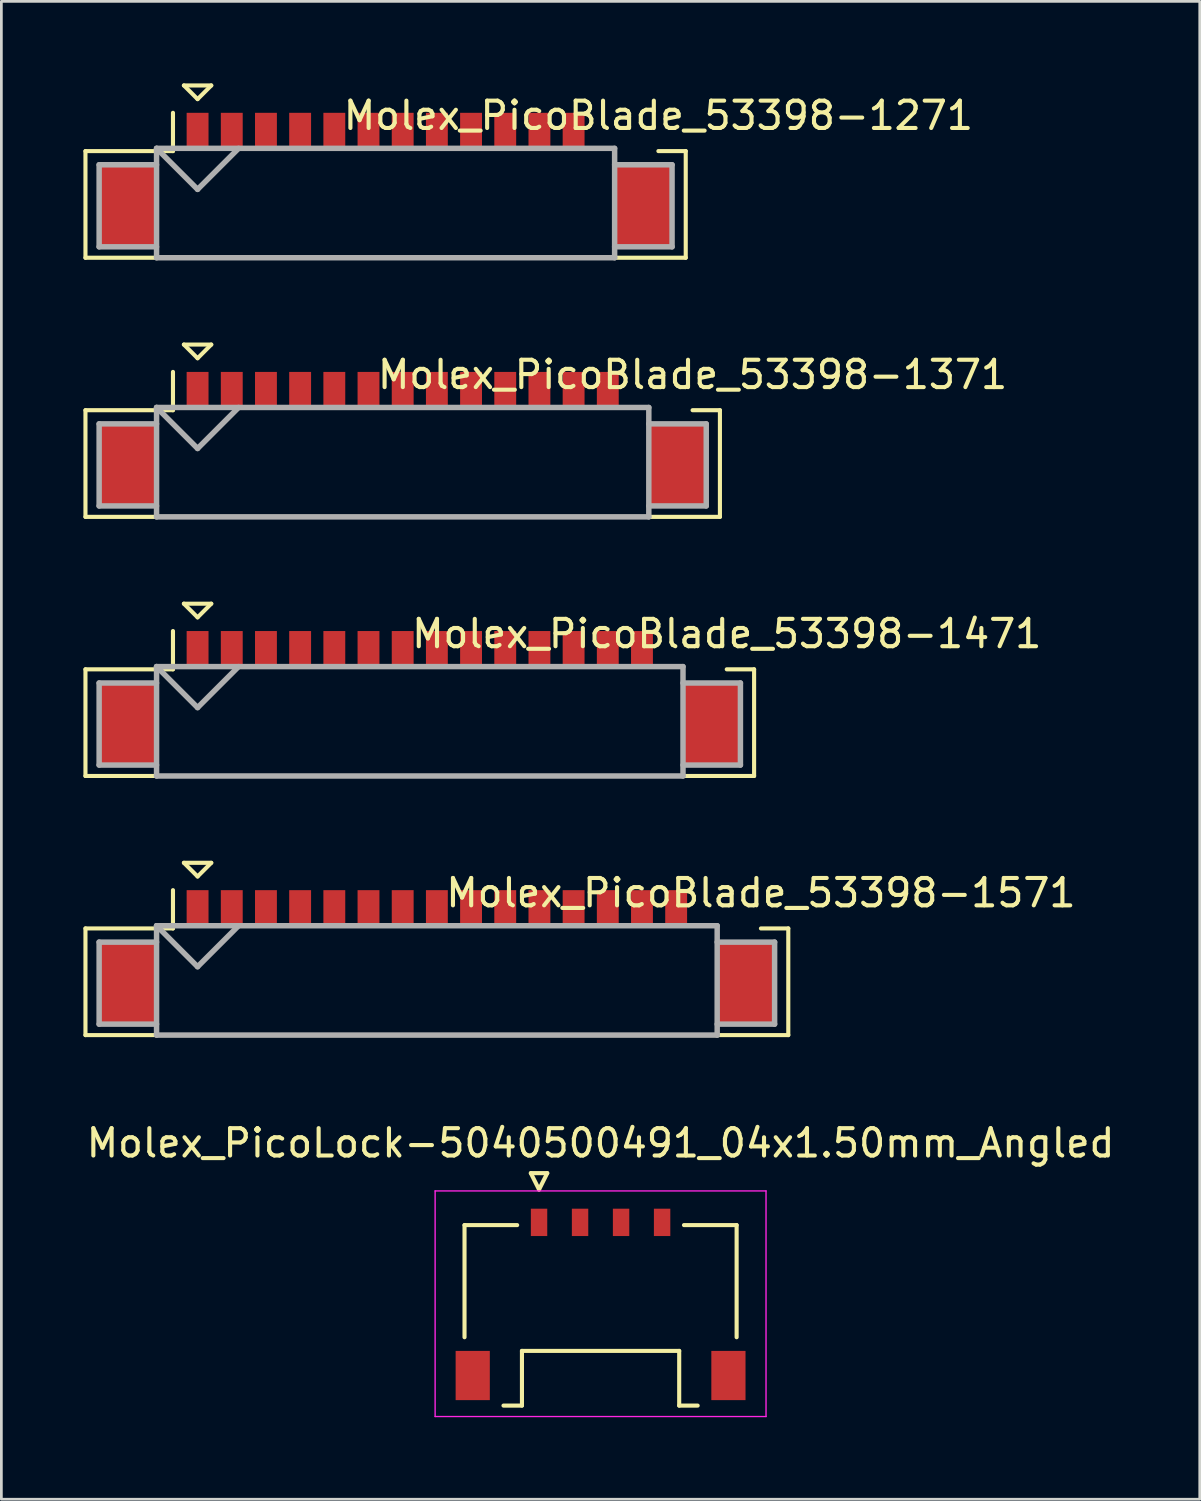
<source format=kicad_pcb>
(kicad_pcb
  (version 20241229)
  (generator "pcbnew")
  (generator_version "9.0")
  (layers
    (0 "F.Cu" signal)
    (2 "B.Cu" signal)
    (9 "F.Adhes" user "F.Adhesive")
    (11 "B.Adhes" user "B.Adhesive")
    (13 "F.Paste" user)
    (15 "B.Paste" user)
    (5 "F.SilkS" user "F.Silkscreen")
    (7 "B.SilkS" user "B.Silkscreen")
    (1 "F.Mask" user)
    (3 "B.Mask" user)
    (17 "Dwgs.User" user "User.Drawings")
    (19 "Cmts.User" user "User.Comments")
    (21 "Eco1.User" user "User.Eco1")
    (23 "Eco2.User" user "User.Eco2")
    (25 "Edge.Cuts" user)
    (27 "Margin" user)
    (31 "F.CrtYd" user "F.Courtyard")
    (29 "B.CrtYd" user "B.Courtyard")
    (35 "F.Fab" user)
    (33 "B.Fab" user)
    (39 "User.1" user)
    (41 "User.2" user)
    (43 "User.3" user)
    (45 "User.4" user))
  (footprint "Molex_PicoBlade_53398-1571"
    (layer "F.Cu")
    (at 12.925 32.9)
    (property "Reference" "Molex_PicoBlade_53398-1571" (at 11.85 -3.3 0) (layer "F.SilkS") (effects (font (size 1 1) (thickness 0.15))))
    (attr smd)
    (fp_line (start -12.85 -2) (end -12.85 1.9) (stroke (width 0.15) (type solid)) (layer "F.SilkS"))
    (fp_line (start -12.85 1.9) (end 12.85 1.9) (stroke (width 0.15) (type solid)) (layer "F.SilkS"))
    (fp_line (start -9.65 -3.4) (end -9.65 -2) (stroke (width 0.15) (type solid)) (layer "F.SilkS"))
    (fp_line (start -9.65 -2) (end -12.85 -2) (stroke (width 0.15) (type solid)) (layer "F.SilkS"))
    (fp_line (start -9.25 -4.4) (end -8.25 -4.4) (stroke (width 0.15) (type solid)) (layer "F.SilkS"))
    (fp_line (start -8.75 -3.9) (end -9.25 -4.4) (stroke (width 0.15) (type solid)) (layer "F.SilkS"))
    (fp_line (start -8.25 -4.4) (end -8.75 -3.9) (stroke (width 0.15) (type solid)) (layer "F.SilkS"))
    (fp_line (start 12.85 -2) (end 11.85 -2) (stroke (width 0.15) (type solid)) (layer "F.SilkS"))
    (fp_line (start 12.85 1.9) (end 12.85 -2) (stroke (width 0.15) (type solid)) (layer "F.SilkS"))
    (fp_line (start -12.35 -1.5) (end -12.35 1.5) (stroke (width 0.2) (type solid)) (layer "F.Fab"))
    (fp_line (start -12.35 1.5) (end -10.25 1.5) (stroke (width 0.2) (type solid)) (layer "F.Fab"))
    (fp_line (start -10.25 -2.1) (end -10.25 1.9) (stroke (width 0.2) (type solid)) (layer "F.Fab"))
    (fp_line (start -10.25 -2.1) (end -8.75 -0.6) (stroke (width 0.2) (type solid)) (layer "F.Fab"))
    (fp_line (start -10.25 -1.5) (end -12.35 -1.5) (stroke (width 0.2) (type solid)) (layer "F.Fab"))
    (fp_line (start -10.25 1.9) (end 10.25 1.9) (stroke (width 0.2) (type solid)) (layer "F.Fab"))
    (fp_line (start -8.75 -0.6) (end -7.25 -2.1) (stroke (width 0.2) (type solid)) (layer "F.Fab"))
    (fp_line (start 10.25 -2.1) (end -10.25 -2.1) (stroke (width 0.2) (type solid)) (layer "F.Fab"))
    (fp_line (start 10.25 -1.5) (end 12.35 -1.5) (stroke (width 0.2) (type solid)) (layer "F.Fab"))
    (fp_line (start 10.25 1.9) (end 10.25 -2.1) (stroke (width 0.2) (type solid)) (layer "F.Fab"))
    (fp_line (start 12.35 -1.5) (end 12.35 1.5) (stroke (width 0.2) (type solid)) (layer "F.Fab"))
    (fp_line (start 12.35 1.5) (end 10.25 1.5) (stroke (width 0.2) (type solid)) (layer "F.Fab"))
    (pad "" smd rect (at -11.3 0) (size 2.1 3) (layers "F.Cu" "F.Mask" "F.Paste"))
    (pad "" smd rect (at 11.3 0) (size 2.1 3) (layers "F.Cu" "F.Mask" "F.Paste"))
    (pad "1" smd rect (at -8.75 -2.75) (size 0.8 1.3) (layers "F.Cu" "F.Mask" "F.Paste"))
    (pad "2" smd rect (at -7.5 -2.75) (size 0.8 1.3) (layers "F.Cu" "F.Mask" "F.Paste"))
    (pad "3" smd rect (at -6.25 -2.75) (size 0.8 1.3) (layers "F.Cu" "F.Mask" "F.Paste"))
    (pad "4" smd rect (at -5 -2.75) (size 0.8 1.3) (layers "F.Cu" "F.Mask" "F.Paste"))
    (pad "5" smd rect (at -3.75 -2.75) (size 0.8 1.3) (layers "F.Cu" "F.Mask" "F.Paste"))
    (pad "6" smd rect (at -2.5 -2.75) (size 0.8 1.3) (layers "F.Cu" "F.Mask" "F.Paste"))
    (pad "7" smd rect (at -1.25 -2.75) (size 0.8 1.3) (layers "F.Cu" "F.Mask" "F.Paste"))
    (pad "8" smd rect (at 0 -2.75) (size 0.8 1.3) (layers "F.Cu" "F.Mask" "F.Paste"))
    (pad "9" smd rect (at 1.25 -2.75) (size 0.8 1.3) (layers "F.Cu" "F.Mask" "F.Paste"))
    (pad "10" smd rect (at 2.5 -2.75) (size 0.8 1.3) (layers "F.Cu" "F.Mask" "F.Paste"))
    (pad "11" smd rect (at 3.75 -2.75) (size 0.8 1.3) (layers "F.Cu" "F.Mask" "F.Paste"))
    (pad "12" smd rect (at 5 -2.75) (size 0.8 1.3) (layers "F.Cu" "F.Mask" "F.Paste"))
    (pad "13" smd rect (at 6.25 -2.75) (size 0.8 1.3) (layers "F.Cu" "F.Mask" "F.Paste"))
    (pad "14" smd rect (at 7.5 -2.75) (size 0.8 1.3) (layers "F.Cu" "F.Mask" "F.Paste"))
    (pad "15" smd rect (at 8.75 -2.75) (size 0.8 1.3) (layers "F.Cu" "F.Mask" "F.Paste")))
  (footprint "Molex_PicoBlade_53398-1371"
    (layer "F.Cu")
    (at 11.675 13.95)
    (property "Reference" "Molex_PicoBlade_53398-1371" (at 10.6 -3.3 0) (layer "F.SilkS") (effects (font (size 1 1) (thickness 0.15))))
    (attr smd)
    (fp_line (start -11.6 -2) (end -11.6 1.9) (stroke (width 0.15) (type solid)) (layer "F.SilkS"))
    (fp_line (start -11.6 1.9) (end 11.6 1.9) (stroke (width 0.15) (type solid)) (layer "F.SilkS"))
    (fp_line (start -8.4 -3.4) (end -8.4 -2) (stroke (width 0.15) (type solid)) (layer "F.SilkS"))
    (fp_line (start -8.4 -2) (end -11.6 -2) (stroke (width 0.15) (type solid)) (layer "F.SilkS"))
    (fp_line (start -8 -4.4) (end -7 -4.4) (stroke (width 0.15) (type solid)) (layer "F.SilkS"))
    (fp_line (start -7.5 -3.9) (end -8 -4.4) (stroke (width 0.15) (type solid)) (layer "F.SilkS"))
    (fp_line (start -7 -4.4) (end -7.5 -3.9) (stroke (width 0.15) (type solid)) (layer "F.SilkS"))
    (fp_line (start 11.6 -2) (end 10.6 -2) (stroke (width 0.15) (type solid)) (layer "F.SilkS"))
    (fp_line (start 11.6 1.9) (end 11.6 -2) (stroke (width 0.15) (type solid)) (layer "F.SilkS"))
    (fp_line (start -11.1 -1.5) (end -11.1 1.5) (stroke (width 0.2) (type solid)) (layer "F.Fab"))
    (fp_line (start -11.1 1.5) (end -9 1.5) (stroke (width 0.2) (type solid)) (layer "F.Fab"))
    (fp_line (start -9 -2.1) (end -9 1.9) (stroke (width 0.2) (type solid)) (layer "F.Fab"))
    (fp_line (start -9 -2.1) (end -7.5 -0.6) (stroke (width 0.2) (type solid)) (layer "F.Fab"))
    (fp_line (start -9 -1.5) (end -11.1 -1.5) (stroke (width 0.2) (type solid)) (layer "F.Fab"))
    (fp_line (start -9 1.9) (end 9 1.9) (stroke (width 0.2) (type solid)) (layer "F.Fab"))
    (fp_line (start -7.5 -0.6) (end -6 -2.1) (stroke (width 0.2) (type solid)) (layer "F.Fab"))
    (fp_line (start 9 -2.1) (end -9 -2.1) (stroke (width 0.2) (type solid)) (layer "F.Fab"))
    (fp_line (start 9 -1.5) (end 11.1 -1.5) (stroke (width 0.2) (type solid)) (layer "F.Fab"))
    (fp_line (start 9 1.9) (end 9 -2.1) (stroke (width 0.2) (type solid)) (layer "F.Fab"))
    (fp_line (start 11.1 -1.5) (end 11.1 1.5) (stroke (width 0.2) (type solid)) (layer "F.Fab"))
    (fp_line (start 11.1 1.5) (end 9 1.5) (stroke (width 0.2) (type solid)) (layer "F.Fab"))
    (pad "" smd rect (at -10.05 0) (size 2.1 3) (layers "F.Cu" "F.Mask" "F.Paste"))
    (pad "" smd rect (at 10.05 0) (size 2.1 3) (layers "F.Cu" "F.Mask" "F.Paste"))
    (pad "1" smd rect (at -7.5 -2.75) (size 0.8 1.3) (layers "F.Cu" "F.Mask" "F.Paste"))
    (pad "2" smd rect (at -6.25 -2.75) (size 0.8 1.3) (layers "F.Cu" "F.Mask" "F.Paste"))
    (pad "3" smd rect (at -5 -2.75) (size 0.8 1.3) (layers "F.Cu" "F.Mask" "F.Paste"))
    (pad "4" smd rect (at -3.75 -2.75) (size 0.8 1.3) (layers "F.Cu" "F.Mask" "F.Paste"))
    (pad "5" smd rect (at -2.5 -2.75) (size 0.8 1.3) (layers "F.Cu" "F.Mask" "F.Paste"))
    (pad "6" smd rect (at -1.25 -2.75) (size 0.8 1.3) (layers "F.Cu" "F.Mask" "F.Paste"))
    (pad "7" smd rect (at 0 -2.75) (size 0.8 1.3) (layers "F.Cu" "F.Mask" "F.Paste"))
    (pad "8" smd rect (at 1.25 -2.75) (size 0.8 1.3) (layers "F.Cu" "F.Mask" "F.Paste"))
    (pad "9" smd rect (at 2.5 -2.75) (size 0.8 1.3) (layers "F.Cu" "F.Mask" "F.Paste"))
    (pad "10" smd rect (at 3.75 -2.75) (size 0.8 1.3) (layers "F.Cu" "F.Mask" "F.Paste"))
    (pad "11" smd rect (at 5 -2.75) (size 0.8 1.3) (layers "F.Cu" "F.Mask" "F.Paste"))
    (pad "12" smd rect (at 6.25 -2.75) (size 0.8 1.3) (layers "F.Cu" "F.Mask" "F.Paste"))
    (pad "13" smd rect (at 7.5 -2.75) (size 0.8 1.3) (layers "F.Cu" "F.Mask" "F.Paste")))
  (footprint "Molex_PicoBlade_53398-1471"
    (layer "F.Cu")
    (at 12.3 23.425)
    (property "Reference" "Molex_PicoBlade_53398-1471" (at 11.225 -3.3 0) (layer "F.SilkS") (effects (font (size 1 1) (thickness 0.15))))
    (attr smd)
    (fp_line (start -12.225 -2) (end -12.225 1.9) (stroke (width 0.15) (type solid)) (layer "F.SilkS"))
    (fp_line (start -12.225 1.9) (end 12.225 1.9) (stroke (width 0.15) (type solid)) (layer "F.SilkS"))
    (fp_line (start -9.025 -3.4) (end -9.025 -2) (stroke (width 0.15) (type solid)) (layer "F.SilkS"))
    (fp_line (start -9.025 -2) (end -12.225 -2) (stroke (width 0.15) (type solid)) (layer "F.SilkS"))
    (fp_line (start -8.625 -4.4) (end -7.625 -4.4) (stroke (width 0.15) (type solid)) (layer "F.SilkS"))
    (fp_line (start -8.125 -3.9) (end -8.625 -4.4) (stroke (width 0.15) (type solid)) (layer "F.SilkS"))
    (fp_line (start -7.625 -4.4) (end -8.125 -3.9) (stroke (width 0.15) (type solid)) (layer "F.SilkS"))
    (fp_line (start 12.225 -2) (end 11.225 -2) (stroke (width 0.15) (type solid)) (layer "F.SilkS"))
    (fp_line (start 12.225 1.9) (end 12.225 -2) (stroke (width 0.15) (type solid)) (layer "F.SilkS"))
    (fp_line (start -11.725 -1.5) (end -11.725 1.5) (stroke (width 0.2) (type solid)) (layer "F.Fab"))
    (fp_line (start -11.725 1.5) (end -9.625 1.5) (stroke (width 0.2) (type solid)) (layer "F.Fab"))
    (fp_line (start -9.625 -2.1) (end -9.625 1.9) (stroke (width 0.2) (type solid)) (layer "F.Fab"))
    (fp_line (start -9.625 -2.1) (end -8.125 -0.6) (stroke (width 0.2) (type solid)) (layer "F.Fab"))
    (fp_line (start -9.625 -1.5) (end -11.725 -1.5) (stroke (width 0.2) (type solid)) (layer "F.Fab"))
    (fp_line (start -9.625 1.9) (end 9.625 1.9) (stroke (width 0.2) (type solid)) (layer "F.Fab"))
    (fp_line (start -8.125 -0.6) (end -6.625 -2.1) (stroke (width 0.2) (type solid)) (layer "F.Fab"))
    (fp_line (start 9.625 -2.1) (end -9.625 -2.1) (stroke (width 0.2) (type solid)) (layer "F.Fab"))
    (fp_line (start 9.625 -1.5) (end 11.725 -1.5) (stroke (width 0.2) (type solid)) (layer "F.Fab"))
    (fp_line (start 9.625 1.9) (end 9.625 -2.1) (stroke (width 0.2) (type solid)) (layer "F.Fab"))
    (fp_line (start 11.725 -1.5) (end 11.725 1.5) (stroke (width 0.2) (type solid)) (layer "F.Fab"))
    (fp_line (start 11.725 1.5) (end 9.625 1.5) (stroke (width 0.2) (type solid)) (layer "F.Fab"))
    (pad "" smd rect (at -10.675 0) (size 2.1 3) (layers "F.Cu" "F.Mask" "F.Paste"))
    (pad "" smd rect (at 10.675 0) (size 2.1 3) (layers "F.Cu" "F.Mask" "F.Paste"))
    (pad "1" smd rect (at -8.125 -2.75) (size 0.8 1.3) (layers "F.Cu" "F.Mask" "F.Paste"))
    (pad "2" smd rect (at -6.875 -2.75) (size 0.8 1.3) (layers "F.Cu" "F.Mask" "F.Paste"))
    (pad "3" smd rect (at -5.625 -2.75) (size 0.8 1.3) (layers "F.Cu" "F.Mask" "F.Paste"))
    (pad "4" smd rect (at -4.375 -2.75) (size 0.8 1.3) (layers "F.Cu" "F.Mask" "F.Paste"))
    (pad "5" smd rect (at -3.125 -2.75) (size 0.8 1.3) (layers "F.Cu" "F.Mask" "F.Paste"))
    (pad "6" smd rect (at -1.875 -2.75) (size 0.8 1.3) (layers "F.Cu" "F.Mask" "F.Paste"))
    (pad "7" smd rect (at -0.625 -2.75) (size 0.8 1.3) (layers "F.Cu" "F.Mask" "F.Paste"))
    (pad "8" smd rect (at 0.625 -2.75) (size 0.8 1.3) (layers "F.Cu" "F.Mask" "F.Paste"))
    (pad "9" smd rect (at 1.875 -2.75) (size 0.8 1.3) (layers "F.Cu" "F.Mask" "F.Paste"))
    (pad "10" smd rect (at 3.125 -2.75) (size 0.8 1.3) (layers "F.Cu" "F.Mask" "F.Paste"))
    (pad "11" smd rect (at 4.375 -2.75) (size 0.8 1.3) (layers "F.Cu" "F.Mask" "F.Paste"))
    (pad "12" smd rect (at 5.625 -2.75) (size 0.8 1.3) (layers "F.Cu" "F.Mask" "F.Paste"))
    (pad "13" smd rect (at 6.875 -2.75) (size 0.8 1.3) (layers "F.Cu" "F.Mask" "F.Paste"))
    (pad "14" smd rect (at 8.125 -2.75) (size 0.8 1.3) (layers "F.Cu" "F.Mask" "F.Paste")))
  (footprint "Molex_PicoLock-5040500491_04x1.50mm_Angled"
    (layer "F.Cu")
    (at 18.911 44.448)
    (property "Reference" "Molex_PicoLock-5040500491_04x1.50mm_Angled" (at 0 -5.7 0) (layer "F.SilkS") (effects (font (size 1 1) (thickness 0.15))))
    (attr smd)
    (fp_line (start -4.975 -2.7) (end -4.975 1.4) (stroke (width 0.15) (type solid)) (layer "F.SilkS"))
    (fp_line (start -3.55 3.9) (end -2.875 3.9) (stroke (width 0.15) (type solid)) (layer "F.SilkS"))
    (fp_line (start -3.05 -2.7) (end -4.975 -2.7) (stroke (width 0.15) (type solid)) (layer "F.SilkS"))
    (fp_line (start -2.875 1.9) (end 2.875 1.9) (stroke (width 0.15) (type solid)) (layer "F.SilkS"))
    (fp_line (start -2.875 3.9) (end -2.875 1.9) (stroke (width 0.15) (type solid)) (layer "F.SilkS"))
    (fp_line (start -2.55 -4.6) (end -2.25 -4) (stroke (width 0.15) (type solid)) (layer "F.SilkS"))
    (fp_line (start -2.25 -4) (end -1.95 -4.6) (stroke (width 0.15) (type solid)) (layer "F.SilkS"))
    (fp_line (start -1.95 -4.6) (end -2.55 -4.6) (stroke (width 0.15) (type solid)) (layer "F.SilkS"))
    (fp_line (start 2.875 1.9) (end 2.875 3.9) (stroke (width 0.15) (type solid)) (layer "F.SilkS"))
    (fp_line (start 2.875 3.9) (end 3.55 3.9) (stroke (width 0.15) (type solid)) (layer "F.SilkS"))
    (fp_line (start 3.05 -2.7) (end 4.975 -2.7) (stroke (width 0.15) (type solid)) (layer "F.SilkS"))
    (fp_line (start 4.975 -2.7) (end 4.975 1.4) (stroke (width 0.15) (type solid)) (layer "F.SilkS"))
    (fp_line (start -6.05 -3.95) (end -6.05 4.3) (stroke (width 0.05) (type solid)) (layer "F.CrtYd"))
    (fp_line (start -6.05 4.3) (end 6.05 4.3) (stroke (width 0.05) (type solid)) (layer "F.CrtYd"))
    (fp_line (start 6.05 -3.95) (end -6.05 -3.95) (stroke (width 0.05) (type solid)) (layer "F.CrtYd"))
    (fp_line (start 6.05 4.3) (end 6.05 -3.95) (stroke (width 0.05) (type solid)) (layer "F.CrtYd"))
    (pad "" smd rect (at -4.675 2.8) (size 1.25 1.8) (layers "F.Cu" "F.Mask" "F.Paste"))
    (pad "" smd rect (at 4.675 2.8) (size 1.25 1.8) (layers "F.Cu" "F.Mask" "F.Paste"))
    (pad "1" smd rect (at -2.25 -2.8) (size 0.6 1) (layers "F.Cu" "F.Mask" "F.Paste"))
    (pad "2" smd rect (at -0.75 -2.8) (size 0.6 1) (layers "F.Cu" "F.Mask" "F.Paste"))
    (pad "3" smd rect (at 0.75 -2.8) (size 0.6 1) (layers "F.Cu" "F.Mask" "F.Paste"))
    (pad "4" smd rect (at 2.25 -2.8) (size 0.6 1) (layers "F.Cu" "F.Mask" "F.Paste")))
  (footprint "Molex_PicoBlade_53398-1271"
    (layer "F.Cu")
    (at 11.05 4.475)
    (property "Reference" "Molex_PicoBlade_53398-1271" (at 9.975 -3.3 0) (layer "F.SilkS") (effects (font (size 1 1) (thickness 0.15))))
    (attr smd)
    (fp_line (start -10.975 -2) (end -10.975 1.9) (stroke (width 0.15) (type solid)) (layer "F.SilkS"))
    (fp_line (start -10.975 1.9) (end 10.975 1.9) (stroke (width 0.15) (type solid)) (layer "F.SilkS"))
    (fp_line (start -7.775 -3.4) (end -7.775 -2) (stroke (width 0.15) (type solid)) (layer "F.SilkS"))
    (fp_line (start -7.775 -2) (end -10.975 -2) (stroke (width 0.15) (type solid)) (layer "F.SilkS"))
    (fp_line (start -7.375 -4.4) (end -6.375 -4.4) (stroke (width 0.15) (type solid)) (layer "F.SilkS"))
    (fp_line (start -6.875 -3.9) (end -7.375 -4.4) (stroke (width 0.15) (type solid)) (layer "F.SilkS"))
    (fp_line (start -6.375 -4.4) (end -6.875 -3.9) (stroke (width 0.15) (type solid)) (layer "F.SilkS"))
    (fp_line (start 10.975 -2) (end 9.975 -2) (stroke (width 0.15) (type solid)) (layer "F.SilkS"))
    (fp_line (start 10.975 1.9) (end 10.975 -2) (stroke (width 0.15) (type solid)) (layer "F.SilkS"))
    (fp_line (start -10.475 -1.5) (end -10.475 1.5) (stroke (width 0.2) (type solid)) (layer "F.Fab"))
    (fp_line (start -10.475 1.5) (end -8.375 1.5) (stroke (width 0.2) (type solid)) (layer "F.Fab"))
    (fp_line (start -8.375 -2.1) (end -8.375 1.9) (stroke (width 0.2) (type solid)) (layer "F.Fab"))
    (fp_line (start -8.375 -2.1) (end -6.875 -0.6) (stroke (width 0.2) (type solid)) (layer "F.Fab"))
    (fp_line (start -8.375 -1.5) (end -10.475 -1.5) (stroke (width 0.2) (type solid)) (layer "F.Fab"))
    (fp_line (start -8.375 1.9) (end 8.375 1.9) (stroke (width 0.2) (type solid)) (layer "F.Fab"))
    (fp_line (start -6.875 -0.6) (end -5.375 -2.1) (stroke (width 0.2) (type solid)) (layer "F.Fab"))
    (fp_line (start 8.375 -2.1) (end -8.375 -2.1) (stroke (width 0.2) (type solid)) (layer "F.Fab"))
    (fp_line (start 8.375 -1.5) (end 10.475 -1.5) (stroke (width 0.2) (type solid)) (layer "F.Fab"))
    (fp_line (start 8.375 1.9) (end 8.375 -2.1) (stroke (width 0.2) (type solid)) (layer "F.Fab"))
    (fp_line (start 10.475 -1.5) (end 10.475 1.5) (stroke (width 0.2) (type solid)) (layer "F.Fab"))
    (fp_line (start 10.475 1.5) (end 8.375 1.5) (stroke (width 0.2) (type solid)) (layer "F.Fab"))
    (pad "" smd rect (at -9.425 0) (size 2.1 3) (layers "F.Cu" "F.Mask" "F.Paste"))
    (pad "" smd rect (at 9.425 0) (size 2.1 3) (layers "F.Cu" "F.Mask" "F.Paste"))
    (pad "1" smd rect (at -6.875 -2.75) (size 0.8 1.3) (layers "F.Cu" "F.Mask" "F.Paste"))
    (pad "2" smd rect (at -5.625 -2.75) (size 0.8 1.3) (layers "F.Cu" "F.Mask" "F.Paste"))
    (pad "3" smd rect (at -4.375 -2.75) (size 0.8 1.3) (layers "F.Cu" "F.Mask" "F.Paste"))
    (pad "4" smd rect (at -3.125 -2.75) (size 0.8 1.3) (layers "F.Cu" "F.Mask" "F.Paste"))
    (pad "5" smd rect (at -1.875 -2.75) (size 0.8 1.3) (layers "F.Cu" "F.Mask" "F.Paste"))
    (pad "6" smd rect (at -0.625 -2.75) (size 0.8 1.3) (layers "F.Cu" "F.Mask" "F.Paste"))
    (pad "7" smd rect (at 0.625 -2.75) (size 0.8 1.3) (layers "F.Cu" "F.Mask" "F.Paste"))
    (pad "8" smd rect (at 1.875 -2.75) (size 0.8 1.3) (layers "F.Cu" "F.Mask" "F.Paste"))
    (pad "9" smd rect (at 3.125 -2.75) (size 0.8 1.3) (layers "F.Cu" "F.Mask" "F.Paste"))
    (pad "10" smd rect (at 4.375 -2.75) (size 0.8 1.3) (layers "F.Cu" "F.Mask" "F.Paste"))
    (pad "11" smd rect (at 5.625 -2.75) (size 0.8 1.3) (layers "F.Cu" "F.Mask" "F.Paste"))
    (pad "12" smd rect (at 6.875 -2.75) (size 0.8 1.3) (layers "F.Cu" "F.Mask" "F.Paste")))
  (gr_rect
    (start -3 -3)
    (end 40.821 51.773)
    (stroke (width 0.1) (type default))
    (fill no)
    (layer "Edge.Cuts")))
</source>
